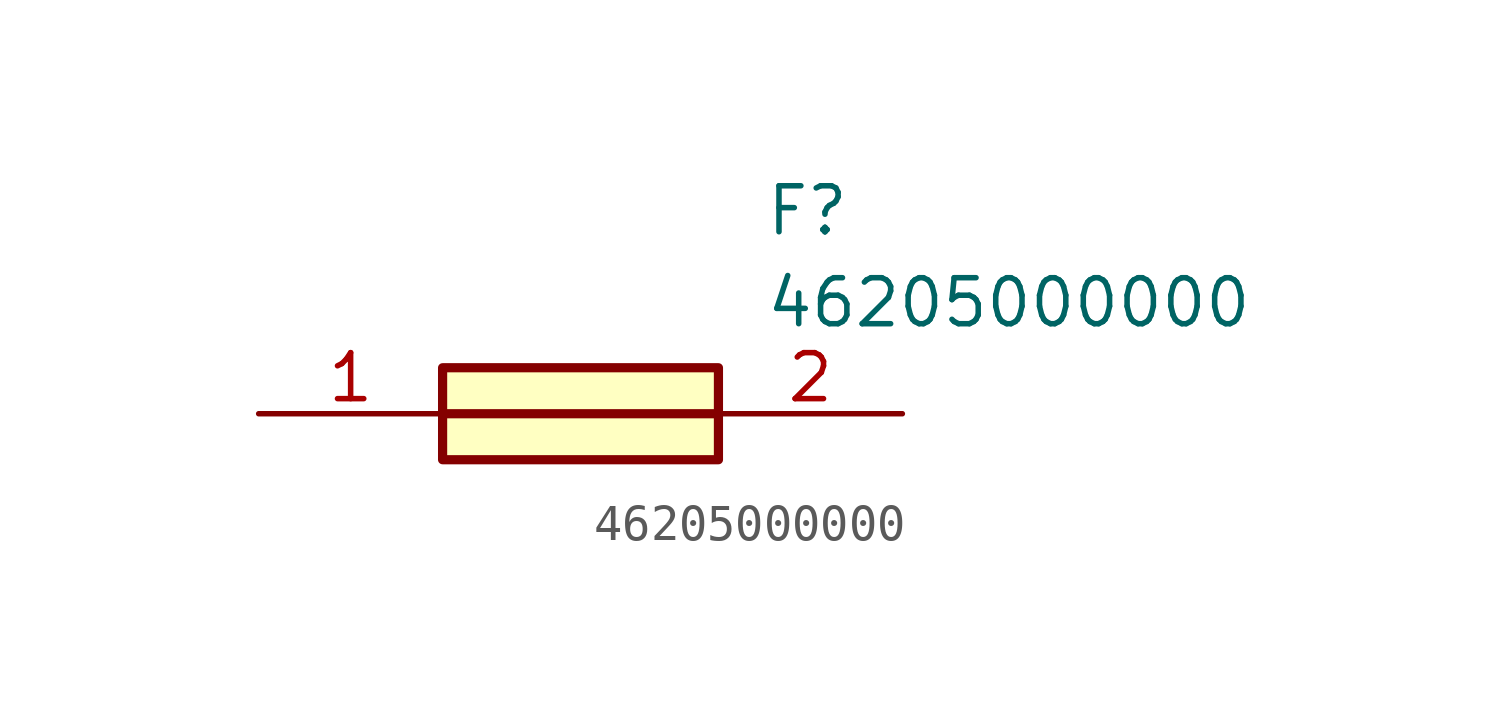
<source format=kicad_sym>
(kicad_symbol_lib
  (version 20211014)
  (generator SamacSys_ECAD_Model)
  (symbol "46205000000"
    (pin_names hide)
    (property "Reference" "F"
      (at 13.97 6.35 0)
      (effects (font (size 1.27 1.27)) (justify left top)))
    (property "Value" "46205000000"
      (at 13.97 3.81 0)
      (effects (font (size 1.27 1.27)) (justify left top)))
    (rectangle
      (start 5.08 1.27)
      (end 12.7 -1.27)
      (stroke (width 0.254) (type default))
      (fill (type background)))
    (polyline
      (pts (xy 5.08 0) (xy 12.7 0))
      (stroke (width 0.254) (type default))
      (fill (type none)))
    (pin passive line
      (at 0 0 0)
      (length 5.08)
      (name "1" (effects (font (size 1.27 1.27))))
      (number "1" (effects (font (size 1.27 1.27)))))
    (pin passive line
      (at 17.78 0 180)
      (length 5.08)
      (name "2" (effects (font (size 1.27 1.27))))
      (number "2" (effects (font (size 1.27 1.27)))))))
</source>
